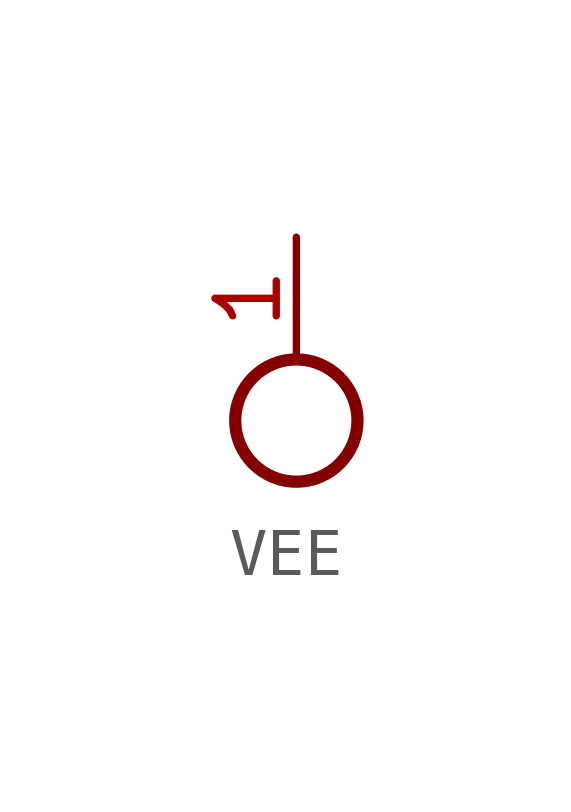
<source format=kicad_sym>
(kicad_symbol_lib
  (version 20231120)
  (generator "kicad_symbol_editor")
  (generator_version "8.0")
  (symbol "VEE"
    (power)
    (property "Reference" "#SUPPLY"
      (at 0 0 0)
      (effects (font (size 1.27 1.27)) (hide yes)))
    (property "ki_locked" ""
      (at 0 0 0)
      (effects (font (size 1.27 1.27))))
    (symbol "VEE_1_0"
      (circle (center 0 0) (radius 1.27) (stroke (width 0.254) (type solid)) (fill (type none)))
      (pin power_in line (at 0 3.81 270) (length 2.54) (name "VEE" (effects (font (size 0 0)))) (number "1" (effects (font (size 1.27 1.27))))))))
</source>
